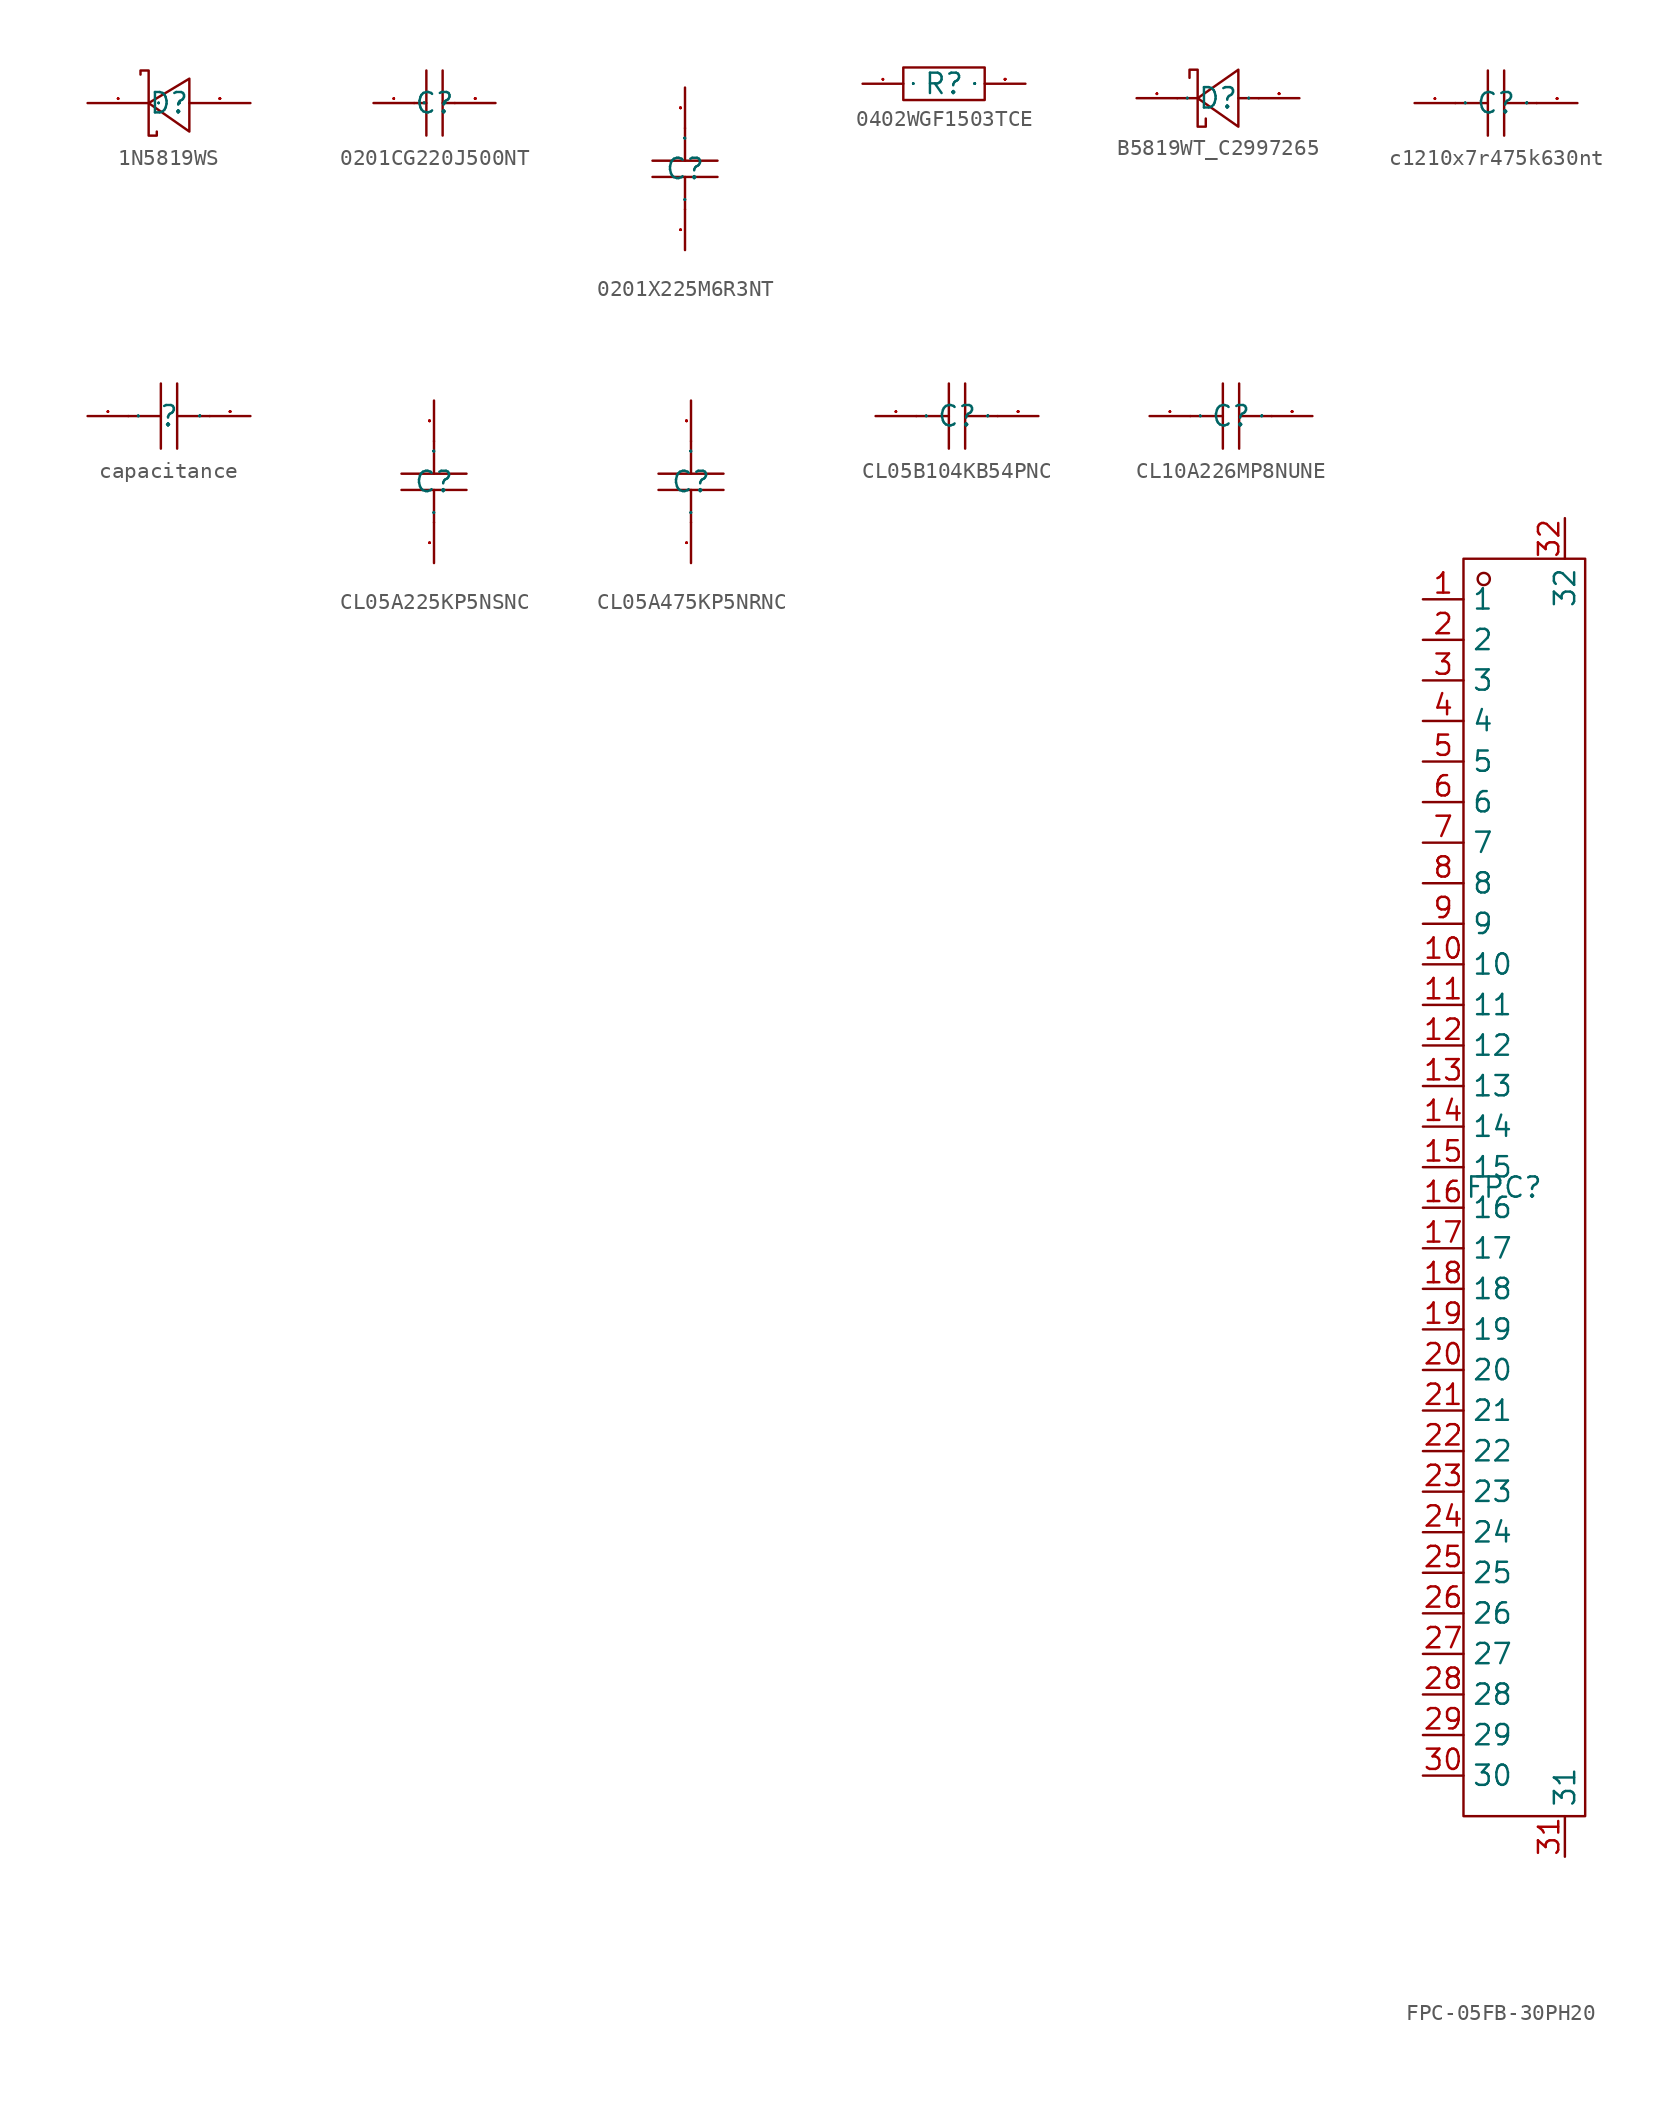
<source format=kicad_sym>
(kicad_symbol_lib
  (version 20231120)
  (generator "kicad_symbol_editor")
  (generator_version "8.0")
  (symbol "1N5819WS"
    (property "Reference" "D"
      (at 0 0 0)
      (effects (font (size 1.27 1.27))))
    (property "Value" ""
      (at 0 0 0)
      (effects (font (size 1.27 1.27))))
    (symbol "1N5819WS_1_0"
      (polyline (pts (xy -1.27 0) (xy -1.27 -2.032) (xy -1.27 -2.032) (xy -0.762 -2.032) (xy -0.762 -2.032) (xy -0.762 -1.778)) (stroke (width 0) (type default)) (fill (type none)))
      (polyline (pts (xy -1.27 0) (xy -1.27 2.032) (xy -1.27 2.032) (xy -1.778 2.032) (xy -1.778 2.032) (xy -1.778 1.778)) (stroke (width 0) (type default)) (fill (type none)))
      (polyline (pts (xy 1.27 1.524) (xy -1.27 0) (xy -1.27 0) (xy 1.27 -1.778) (xy 1.27 -1.778) (xy 1.27 1.524)) (stroke (width 0) (type default)) (fill (type none)))
      (pin unspecified line (at -5.08 0 0) (length 3.81) (name "K" (effects (font (size 0.025 0.025)))) (number "1" (effects (font (size 0.025 0.025)))))
      (pin unspecified line (at 5.08 0 180) (length 3.81) (name "A" (effects (font (size 0.025 0.025)))) (number "2" (effects (font (size 0.025 0.025)))))))
  (symbol "0201CG220J500NT"
    (property "Reference" "C"
      (at 0 0 0)
      (effects (font (size 1.27 1.27))))
    (symbol "0201CG220J500NT_1_0"
      (polyline (pts (xy -1.27 0) (xy -0.508 0)) (stroke (width 0) (type default)) (fill (type none)))
      (polyline (pts (xy -0.508 2.032) (xy -0.508 -2.032)) (stroke (width 0) (type default)) (fill (type none)))
      (polyline (pts (xy 0.508 0) (xy 1.27 0)) (stroke (width 0) (type default)) (fill (type none)))
      (polyline (pts (xy 0.508 2.032) (xy 0.508 -2.032)) (stroke (width 0) (type default)) (fill (type none)))
      (pin input line (at -3.81 0 0) (length 2.54) (name "1" (effects (font (size 0.025 0.025)))) (number "1" (effects (font (size 0.025 0.025)))))
      (pin input line (at 3.81 0 180) (length 2.54) (name "2" (effects (font (size 0.025 0.025)))) (number "2" (effects (font (size 0.025 0.025)))))))
  (symbol "0201X225M6R3NT"
    (property "Reference" "C"
      (at 0 0 0)
      (effects (font (size 1.27 1.27))))
    (symbol "0201X225M6R3NT_1_0"
      (polyline (pts (xy -2.032 0.508) (xy 2.032 0.508)) (stroke (width 0) (type default)) (fill (type none)))
      (polyline (pts (xy 0 -0.508) (xy 0 -2.54)) (stroke (width 0) (type default)) (fill (type none)))
      (polyline (pts (xy 0 2.54) (xy 0 0.508)) (stroke (width 0) (type default)) (fill (type none)))
      (polyline (pts (xy 2.032 -0.508) (xy -2.032 -0.508)) (stroke (width 0) (type default)) (fill (type none)))
      (pin input line (at 0 -5.08 90) (length 2.54) (name "1" (effects (font (size 0.025 0.025)))) (number "1" (effects (font (size 0.025 0.025)))))
      (pin input line (at 0 5.08 270) (length 2.54) (name "2" (effects (font (size 0.025 0.025)))) (number "2" (effects (font (size 0.025 0.025)))))))
  (symbol "0402WGF1503TCE"
    (property "Reference" "R"
      (at 0 0 0)
      (effects (font (size 1.27 1.27))))
    (symbol "0402WGF1503TCE_1_0"
      (rectangle (start -2.54 -1.016) (end 2.54 1.016) (stroke (width 0) (type default)) (fill (type none)))
      (pin input line (at -5.08 0 0) (length 2.54) (name "1" (effects (font (size 0.025 0.025)))) (number "1" (effects (font (size 0.025 0.025)))))
      (pin input line (at 5.08 0 180) (length 2.54) (name "2" (effects (font (size 0.025 0.025)))) (number "2" (effects (font (size 0.025 0.025)))))))
  (symbol "B5819WT_C2997265"
    (property "Reference" "D"
      (at 0 0 0)
      (effects (font (size 1.27 1.27))))
    (property "Value" ""
      (at 0 0 0)
      (effects (font (size 1.27 1.27))))
    (symbol "B5819WT_C2997265_1_0"
      (polyline (pts (xy -1.27 0) (xy -2.54 0)) (stroke (width 0) (type default)) (fill (type none)))
      (polyline (pts (xy 2.54 0) (xy 1.27 0)) (stroke (width 0) (type default)) (fill (type none)))
      (polyline (pts (xy 1.27 1.778) (xy -1.27 0) (xy -1.27 0) (xy 1.27 -1.778) (xy 1.27 -1.778) (xy 1.27 1.778)) (stroke (width 0) (type default)) (fill (type none)))
      (polyline (pts (xy -1.778 1.27) (xy -1.778 1.778) (xy -1.778 1.778) (xy -1.27 1.778) (xy -1.27 1.778) (xy -1.27 -1.778) (xy -1.27 -1.778) (xy -0.762 -1.778) (xy -0.762 -1.778) (xy -0.762 -1.27)) (stroke (width 0) (type default)) (fill (type none)))
      (pin unspecified line (at -5.08 0 0) (length 2.54) (name "K" (effects (font (size 0.025 0.025)))) (number "1" (effects (font (size 0.025 0.025)))))
      (pin unspecified line (at 5.08 0 180) (length 2.54) (name "A" (effects (font (size 0.025 0.025)))) (number "2" (effects (font (size 0.025 0.025)))))))
  (symbol "c1210x7r475k630nt"
    (property "Reference" "C"
      (at 0 0 0)
      (effects (font (size 1.27 1.27))))
    (property "Value" ""
      (at 0 0 0)
      (effects (font (size 1.27 1.27))))
    (symbol "c1210x7r475k630nt_1_0"
      (polyline (pts (xy -0.508 -2.032) (xy -0.508 2.032)) (stroke (width 0) (type default)) (fill (type none)))
      (polyline (pts (xy -0.508 0) (xy -2.54 0)) (stroke (width 0) (type default)) (fill (type none)))
      (polyline (pts (xy 0.508 2.032) (xy 0.508 -2.032)) (stroke (width 0) (type default)) (fill (type none)))
      (polyline (pts (xy 2.54 0) (xy 0.508 0)) (stroke (width 0) (type default)) (fill (type none)))
      (pin unspecified line (at -5.08 0 0) (length 2.54) (name "1" (effects (font (size 0.025 0.025)))) (number "1" (effects (font (size 0.025 0.025)))))
      (pin unspecified line (at 5.08 0 180) (length 2.54) (name "2" (effects (font (size 0.025 0.025)))) (number "2" (effects (font (size 0.025 0.025)))))))
  (symbol "capacitance"
    (property "Reference" ""
      (at 0 0 0)
      (effects (font (size 1.27 1.27))))
    (property "Value" ""
      (at 0 0 0)
      (effects (font (size 1.27 1.27))))
    (symbol "capacitance_1_0"
      (polyline (pts (xy -0.508 -2.032) (xy -0.508 2.032)) (stroke (width 0) (type default)) (fill (type none)))
      (polyline (pts (xy -0.508 0) (xy -2.54 0)) (stroke (width 0) (type default)) (fill (type none)))
      (polyline (pts (xy 0.508 2.032) (xy 0.508 -2.032)) (stroke (width 0) (type default)) (fill (type none)))
      (polyline (pts (xy 2.54 0) (xy 0.508 0)) (stroke (width 0) (type default)) (fill (type none)))
      (pin input line (at -5.08 0 0) (length 2.54) (name "1" (effects (font (size 0.025 0.025)))) (number "1" (effects (font (size 0.025 0.025)))))
      (pin input line (at 5.08 0 180) (length 2.54) (name "2" (effects (font (size 0.025 0.025)))) (number "2" (effects (font (size 0.025 0.025)))))))
  (symbol "CL05A225KP5NSNC"
    (property "Reference" "C"
      (at 0 0 0)
      (effects (font (size 1.27 1.27))))
    (property "Value" ""
      (at 0 0 0)
      (effects (font (size 1.27 1.27))))
    (symbol "CL05A225KP5NSNC_1_0"
      (polyline (pts (xy -2.032 0.508) (xy 2.032 0.508)) (stroke (width 0) (type default)) (fill (type none)))
      (polyline (pts (xy 0 -0.508) (xy 0 -2.54)) (stroke (width 0) (type default)) (fill (type none)))
      (polyline (pts (xy 0 2.54) (xy 0 0.508)) (stroke (width 0) (type default)) (fill (type none)))
      (polyline (pts (xy 2.032 -0.508) (xy -2.032 -0.508)) (stroke (width 0) (type default)) (fill (type none)))
      (pin unspecified line (at 0 -5.08 90) (length 2.54) (name "1" (effects (font (size 0.025 0.025)))) (number "1" (effects (font (size 0.025 0.025)))))
      (pin unspecified line (at 0 5.08 270) (length 2.54) (name "2" (effects (font (size 0.025 0.025)))) (number "2" (effects (font (size 0.025 0.025)))))))
  (symbol "CL05A475KP5NRNC"
    (property "Reference" "C"
      (at 0 0 0)
      (effects (font (size 1.27 1.27))))
    (symbol "CL05A475KP5NRNC_1_0"
      (polyline (pts (xy -2.032 0.508) (xy 2.032 0.508)) (stroke (width 0) (type default)) (fill (type none)))
      (polyline (pts (xy 0 -0.508) (xy 0 -2.54)) (stroke (width 0) (type default)) (fill (type none)))
      (polyline (pts (xy 0 2.54) (xy 0 0.508)) (stroke (width 0) (type default)) (fill (type none)))
      (polyline (pts (xy 2.032 -0.508) (xy -2.032 -0.508)) (stroke (width 0) (type default)) (fill (type none)))
      (pin unspecified line (at 0 -5.08 90) (length 2.54) (name "1" (effects (font (size 0.025 0.025)))) (number "1" (effects (font (size 0.025 0.025)))))
      (pin unspecified line (at 0 5.08 270) (length 2.54) (name "2" (effects (font (size 0.025 0.025)))) (number "2" (effects (font (size 0.025 0.025)))))))
  (symbol "CL05B104KB54PNC"
    (property "Reference" "C"
      (at 0 0 0)
      (effects (font (size 1.27 1.27))))
    (symbol "CL05B104KB54PNC_1_0"
      (polyline (pts (xy -0.508 0) (xy -2.54 0)) (stroke (width 0) (type default)) (fill (type none)))
      (polyline (pts (xy -0.508 2.032) (xy -0.508 -2.032)) (stroke (width 0) (type default)) (fill (type none)))
      (polyline (pts (xy 0.508 -2.032) (xy 0.508 2.032)) (stroke (width 0) (type default)) (fill (type none)))
      (polyline (pts (xy 2.54 0) (xy 0.508 0)) (stroke (width 0) (type default)) (fill (type none)))
      (pin input line (at -5.08 0 0) (length 2.54) (name "1" (effects (font (size 0.025 0.025)))) (number "1" (effects (font (size 0.025 0.025)))))
      (pin input line (at 5.08 0 180) (length 2.54) (name "2" (effects (font (size 0.025 0.025)))) (number "2" (effects (font (size 0.025 0.025)))))))
  (symbol "CL10A226MP8NUNE"
    (property "Reference" "C"
      (at 0 0 0)
      (effects (font (size 1.27 1.27))))
    (property "Value" ""
      (at 0 0 0)
      (effects (font (size 1.27 1.27))))
    (symbol "CL10A226MP8NUNE_1_0"
      (polyline (pts (xy -0.508 -2.032) (xy -0.508 2.032)) (stroke (width 0) (type default)) (fill (type none)))
      (polyline (pts (xy -0.508 0) (xy -2.54 0)) (stroke (width 0) (type default)) (fill (type none)))
      (polyline (pts (xy 0.508 2.032) (xy 0.508 -2.032)) (stroke (width 0) (type default)) (fill (type none)))
      (polyline (pts (xy 2.54 0) (xy 0.508 0)) (stroke (width 0) (type default)) (fill (type none)))
      (pin unspecified line (at -5.08 0 0) (length 2.54) (name "1" (effects (font (size 0.025 0.025)))) (number "1" (effects (font (size 0.025 0.025)))))
      (pin unspecified line (at 5.08 0 180) (length 2.54) (name "2" (effects (font (size 0.025 0.025)))) (number "2" (effects (font (size 0.025 0.025)))))))
  (symbol "FPC-05FB-30PH20"
    (property "Reference" "FPC"
      (at 0 0 0)
      (effects (font (size 1.27 1.27))))
    (property "Value" ""
      (at 0 0 0)
      (effects (font (size 1.27 1.27))))
    (symbol "FPC-05FB-30PH20_1_0"
      (rectangle (start -2.54 -39.37) (end 5.08 39.37) (stroke (width 0) (type default)) (fill (type none)))
      (circle (center -1.27 38.1) (radius 0.381) (stroke (width 0) (type default)) (fill (type none)))
      (pin unspecified line (at -5.08 36.83 0) (length 2.54) (name "1" (effects (font (size 1.27 1.27)))) (number "1" (effects (font (size 1.27 1.27)))))
      (pin unspecified line (at -5.08 13.97 0) (length 2.54) (name "10" (effects (font (size 1.27 1.27)))) (number "10" (effects (font (size 1.27 1.27)))))
      (pin unspecified line (at -5.08 11.43 0) (length 2.54) (name "11" (effects (font (size 1.27 1.27)))) (number "11" (effects (font (size 1.27 1.27)))))
      (pin unspecified line (at -5.08 8.89 0) (length 2.54) (name "12" (effects (font (size 1.27 1.27)))) (number "12" (effects (font (size 1.27 1.27)))))
      (pin unspecified line (at -5.08 6.35 0) (length 2.54) (name "13" (effects (font (size 1.27 1.27)))) (number "13" (effects (font (size 1.27 1.27)))))
      (pin unspecified line (at -5.08 3.81 0) (length 2.54) (name "14" (effects (font (size 1.27 1.27)))) (number "14" (effects (font (size 1.27 1.27)))))
      (pin unspecified line (at -5.08 1.27 0) (length 2.54) (name "15" (effects (font (size 1.27 1.27)))) (number "15" (effects (font (size 1.27 1.27)))))
      (pin unspecified line (at -5.08 -1.27 0) (length 2.54) (name "16" (effects (font (size 1.27 1.27)))) (number "16" (effects (font (size 1.27 1.27)))))
      (pin unspecified line (at -5.08 -3.81 0) (length 2.54) (name "17" (effects (font (size 1.27 1.27)))) (number "17" (effects (font (size 1.27 1.27)))))
      (pin unspecified line (at -5.08 -6.35 0) (length 2.54) (name "18" (effects (font (size 1.27 1.27)))) (number "18" (effects (font (size 1.27 1.27)))))
      (pin unspecified line (at -5.08 -8.89 0) (length 2.54) (name "19" (effects (font (size 1.27 1.27)))) (number "19" (effects (font (size 1.27 1.27)))))
      (pin unspecified line (at -5.08 34.29 0) (length 2.54) (name "2" (effects (font (size 1.27 1.27)))) (number "2" (effects (font (size 1.27 1.27)))))
      (pin unspecified line (at -5.08 -11.43 0) (length 2.54) (name "20" (effects (font (size 1.27 1.27)))) (number "20" (effects (font (size 1.27 1.27)))))
      (pin unspecified line (at -5.08 -13.97 0) (length 2.54) (name "21" (effects (font (size 1.27 1.27)))) (number "21" (effects (font (size 1.27 1.27)))))
      (pin unspecified line (at -5.08 -16.51 0) (length 2.54) (name "22" (effects (font (size 1.27 1.27)))) (number "22" (effects (font (size 1.27 1.27)))))
      (pin unspecified line (at -5.08 -19.05 0) (length 2.54) (name "23" (effects (font (size 1.27 1.27)))) (number "23" (effects (font (size 1.27 1.27)))))
      (pin unspecified line (at -5.08 -21.59 0) (length 2.54) (name "24" (effects (font (size 1.27 1.27)))) (number "24" (effects (font (size 1.27 1.27)))))
      (pin unspecified line (at -5.08 -24.13 0) (length 2.54) (name "25" (effects (font (size 1.27 1.27)))) (number "25" (effects (font (size 1.27 1.27)))))
      (pin unspecified line (at -5.08 -26.67 0) (length 2.54) (name "26" (effects (font (size 1.27 1.27)))) (number "26" (effects (font (size 1.27 1.27)))))
      (pin unspecified line (at -5.08 -29.21 0) (length 2.54) (name "27" (effects (font (size 1.27 1.27)))) (number "27" (effects (font (size 1.27 1.27)))))
      (pin unspecified line (at -5.08 -31.75 0) (length 2.54) (name "28" (effects (font (size 1.27 1.27)))) (number "28" (effects (font (size 1.27 1.27)))))
      (pin unspecified line (at -5.08 -34.29 0) (length 2.54) (name "29" (effects (font (size 1.27 1.27)))) (number "29" (effects (font (size 1.27 1.27)))))
      (pin unspecified line (at -5.08 31.75 0) (length 2.54) (name "3" (effects (font (size 1.27 1.27)))) (number "3" (effects (font (size 1.27 1.27)))))
      (pin unspecified line (at -5.08 -36.83 0) (length 2.54) (name "30" (effects (font (size 1.27 1.27)))) (number "30" (effects (font (size 1.27 1.27)))))
      (pin unspecified line (at 3.81 -41.91 90) (length 2.54) (name "31" (effects (font (size 1.27 1.27)))) (number "31" (effects (font (size 1.27 1.27)))))
      (pin unspecified line (at 3.81 41.91 270) (length 2.54) (name "32" (effects (font (size 1.27 1.27)))) (number "32" (effects (font (size 1.27 1.27)))))
      (pin unspecified line (at -5.08 29.21 0) (length 2.54) (name "4" (effects (font (size 1.27 1.27)))) (number "4" (effects (font (size 1.27 1.27)))))
      (pin unspecified line (at -5.08 26.67 0) (length 2.54) (name "5" (effects (font (size 1.27 1.27)))) (number "5" (effects (font (size 1.27 1.27)))))
      (pin unspecified line (at -5.08 24.13 0) (length 2.54) (name "6" (effects (font (size 1.27 1.27)))) (number "6" (effects (font (size 1.27 1.27)))))
      (pin unspecified line (at -5.08 21.59 0) (length 2.54) (name "7" (effects (font (size 1.27 1.27)))) (number "7" (effects (font (size 1.27 1.27)))))
      (pin unspecified line (at -5.08 19.05 0) (length 2.54) (name "8" (effects (font (size 1.27 1.27)))) (number "8" (effects (font (size 1.27 1.27)))))
      (pin unspecified line (at -5.08 16.51 0) (length 2.54) (name "9" (effects (font (size 1.27 1.27)))) (number "9" (effects (font (size 1.27 1.27))))))))
</source>
